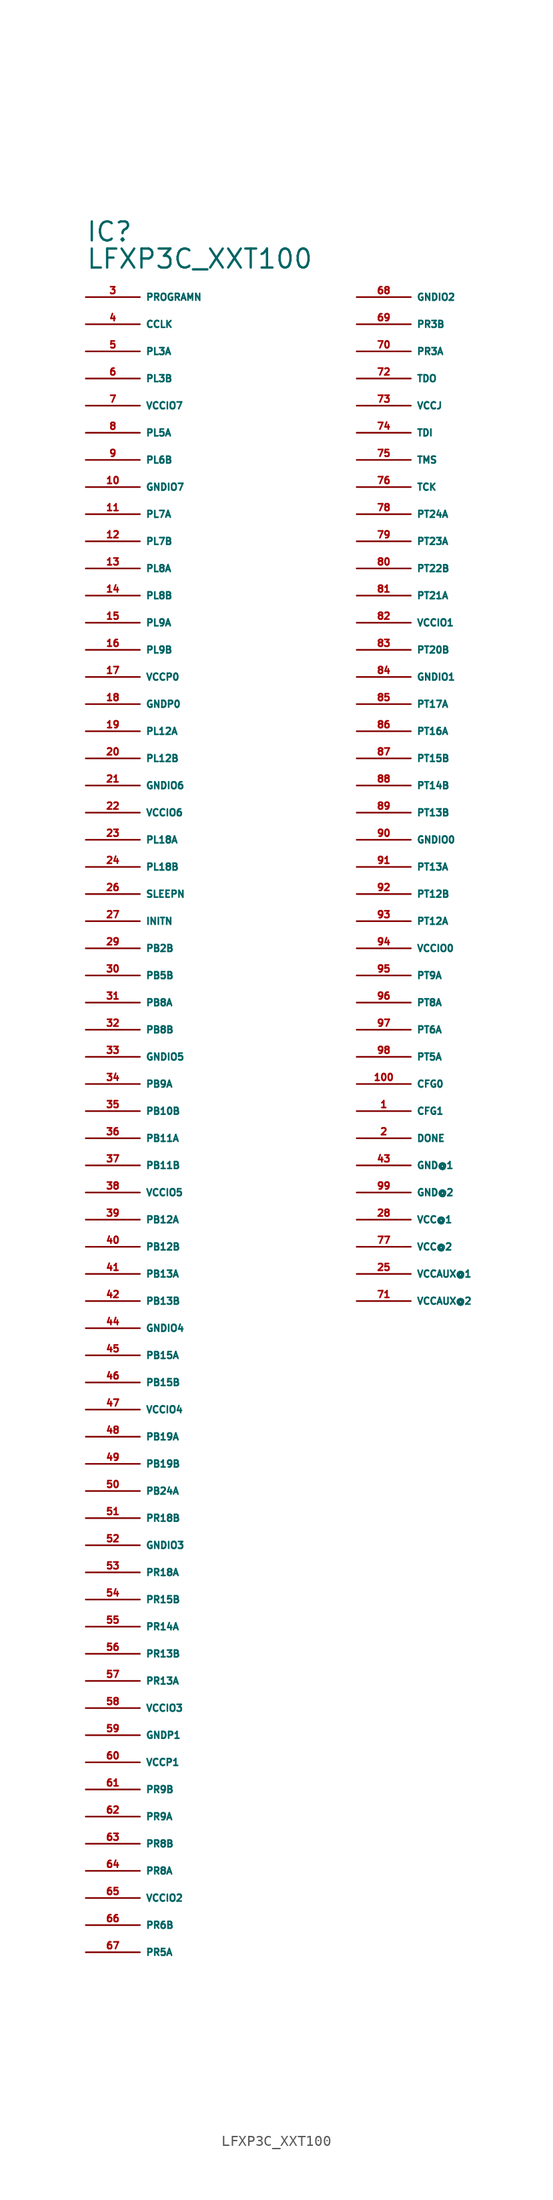
<source format=kicad_sym>
(kicad_symbol_lib
  (version 20220914)
  (generator Eagle2Kicad)
  (symbol "LFXP3C_XXT100"
    (property "Reference" "IC"
      (at -5.08 86.36 0)
      (effects (font (size 1.778 1.778) (thickness 0.22)) (justify left bottom)))
    (property "Value" "LFXP3C_XXT100"
      (at -5.08 83.82 0)
      (effects (font (size 1.778 1.778) (thickness 0.22)) (justify left bottom)))
    (pin input line
      (at -5.08 81.28 0)
      (length 5.08)
      (name "PROGRAMN" (effects (font (size 0.635 0.635) (thickness 0.08)) (justify left bottom)))
      (number "3" (effects (font (size 0.635 0.635) (thickness 0.08)) (justify left bottom))))
    (pin bidirectional line
      (at -5.08 78.74 0)
      (length 5.08)
      (name "CCLK" (effects (font (size 0.635 0.635) (thickness 0.08)) (justify left bottom)))
      (number "4" (effects (font (size 0.635 0.635) (thickness 0.08)) (justify left bottom))))
    (pin bidirectional line
      (at -5.08 76.2 0)
      (length 5.08)
      (name "PL3A" (effects (font (size 0.635 0.635) (thickness 0.08)) (justify left bottom)))
      (number "5" (effects (font (size 0.635 0.635) (thickness 0.08)) (justify left bottom))))
    (pin bidirectional line
      (at -5.08 73.66 0)
      (length 5.08)
      (name "PL3B" (effects (font (size 0.635 0.635) (thickness 0.08)) (justify left bottom)))
      (number "6" (effects (font (size 0.635 0.635) (thickness 0.08)) (justify left bottom))))
    (pin unspecified line
      (at -5.08 71.12 0)
      (length 5.08)
      (name "VCCIO7" (effects (font (size 0.635 0.635) (thickness 0.08)) (justify left bottom)))
      (number "7" (effects (font (size 0.635 0.635) (thickness 0.08)) (justify left bottom))))
    (pin bidirectional line
      (at -5.08 68.58 0)
      (length 5.08)
      (name "PL5A" (effects (font (size 0.635 0.635) (thickness 0.08)) (justify left bottom)))
      (number "8" (effects (font (size 0.635 0.635) (thickness 0.08)) (justify left bottom))))
    (pin bidirectional line
      (at -5.08 66.04 0)
      (length 5.08)
      (name "PL6B" (effects (font (size 0.635 0.635) (thickness 0.08)) (justify left bottom)))
      (number "9" (effects (font (size 0.635 0.635) (thickness 0.08)) (justify left bottom))))
    (pin unspecified line
      (at -5.08 63.5 0)
      (length 5.08)
      (name "GNDIO7" (effects (font (size 0.635 0.635) (thickness 0.08)) (justify left bottom)))
      (number "10" (effects (font (size 0.635 0.635) (thickness 0.08)) (justify left bottom))))
    (pin bidirectional line
      (at -5.08 60.96 0)
      (length 5.08)
      (name "PL7A" (effects (font (size 0.635 0.635) (thickness 0.08)) (justify left bottom)))
      (number "11" (effects (font (size 0.635 0.635) (thickness 0.08)) (justify left bottom))))
    (pin bidirectional line
      (at -5.08 58.42 0)
      (length 5.08)
      (name "PL7B" (effects (font (size 0.635 0.635) (thickness 0.08)) (justify left bottom)))
      (number "12" (effects (font (size 0.635 0.635) (thickness 0.08)) (justify left bottom))))
    (pin bidirectional line
      (at -5.08 55.88 0)
      (length 5.08)
      (name "PL8A" (effects (font (size 0.635 0.635) (thickness 0.08)) (justify left bottom)))
      (number "13" (effects (font (size 0.635 0.635) (thickness 0.08)) (justify left bottom))))
    (pin bidirectional line
      (at -5.08 53.34 0)
      (length 5.08)
      (name "PL8B" (effects (font (size 0.635 0.635) (thickness 0.08)) (justify left bottom)))
      (number "14" (effects (font (size 0.635 0.635) (thickness 0.08)) (justify left bottom))))
    (pin bidirectional line
      (at -5.08 50.8 0)
      (length 5.08)
      (name "PL9A" (effects (font (size 0.635 0.635) (thickness 0.08)) (justify left bottom)))
      (number "15" (effects (font (size 0.635 0.635) (thickness 0.08)) (justify left bottom))))
    (pin bidirectional line
      (at -5.08 48.26 0)
      (length 5.08)
      (name "PL9B" (effects (font (size 0.635 0.635) (thickness 0.08)) (justify left bottom)))
      (number "16" (effects (font (size 0.635 0.635) (thickness 0.08)) (justify left bottom))))
    (pin unspecified line
      (at -5.08 45.72 0)
      (length 5.08)
      (name "VCCP0" (effects (font (size 0.635 0.635) (thickness 0.08)) (justify left bottom)))
      (number "17" (effects (font (size 0.635 0.635) (thickness 0.08)) (justify left bottom))))
    (pin unspecified line
      (at -5.08 43.18 0)
      (length 5.08)
      (name "GNDP0" (effects (font (size 0.635 0.635) (thickness 0.08)) (justify left bottom)))
      (number "18" (effects (font (size 0.635 0.635) (thickness 0.08)) (justify left bottom))))
    (pin bidirectional line
      (at -5.08 40.64 0)
      (length 5.08)
      (name "PL12A" (effects (font (size 0.635 0.635) (thickness 0.08)) (justify left bottom)))
      (number "19" (effects (font (size 0.635 0.635) (thickness 0.08)) (justify left bottom))))
    (pin bidirectional line
      (at -5.08 38.1 0)
      (length 5.08)
      (name "PL12B" (effects (font (size 0.635 0.635) (thickness 0.08)) (justify left bottom)))
      (number "20" (effects (font (size 0.635 0.635) (thickness 0.08)) (justify left bottom))))
    (pin unspecified line
      (at -5.08 35.56 0)
      (length 5.08)
      (name "GNDIO6" (effects (font (size 0.635 0.635) (thickness 0.08)) (justify left bottom)))
      (number "21" (effects (font (size 0.635 0.635) (thickness 0.08)) (justify left bottom))))
    (pin unspecified line
      (at -5.08 33.02 0)
      (length 5.08)
      (name "VCCIO6" (effects (font (size 0.635 0.635) (thickness 0.08)) (justify left bottom)))
      (number "22" (effects (font (size 0.635 0.635) (thickness 0.08)) (justify left bottom))))
    (pin bidirectional line
      (at -5.08 30.48 0)
      (length 5.08)
      (name "PL18A" (effects (font (size 0.635 0.635) (thickness 0.08)) (justify left bottom)))
      (number "23" (effects (font (size 0.635 0.635) (thickness 0.08)) (justify left bottom))))
    (pin bidirectional line
      (at -5.08 27.94 0)
      (length 5.08)
      (name "PL18B" (effects (font (size 0.635 0.635) (thickness 0.08)) (justify left bottom)))
      (number "24" (effects (font (size 0.635 0.635) (thickness 0.08)) (justify left bottom))))
    (pin input line
      (at -5.08 25.4 0)
      (length 5.08)
      (name "SLEEPN" (effects (font (size 0.635 0.635) (thickness 0.08)) (justify left bottom)))
      (number "26" (effects (font (size 0.635 0.635) (thickness 0.08)) (justify left bottom))))
    (pin bidirectional line
      (at -5.08 22.86 0)
      (length 5.08)
      (name "INITN" (effects (font (size 0.635 0.635) (thickness 0.08)) (justify left bottom)))
      (number "27" (effects (font (size 0.635 0.635) (thickness 0.08)) (justify left bottom))))
    (pin bidirectional line
      (at -5.08 20.32 0)
      (length 5.08)
      (name "PB2B" (effects (font (size 0.635 0.635) (thickness 0.08)) (justify left bottom)))
      (number "29" (effects (font (size 0.635 0.635) (thickness 0.08)) (justify left bottom))))
    (pin bidirectional line
      (at -5.08 17.78 0)
      (length 5.08)
      (name "PB5B" (effects (font (size 0.635 0.635) (thickness 0.08)) (justify left bottom)))
      (number "30" (effects (font (size 0.635 0.635) (thickness 0.08)) (justify left bottom))))
    (pin bidirectional line
      (at -5.08 15.24 0)
      (length 5.08)
      (name "PB8A" (effects (font (size 0.635 0.635) (thickness 0.08)) (justify left bottom)))
      (number "31" (effects (font (size 0.635 0.635) (thickness 0.08)) (justify left bottom))))
    (pin bidirectional line
      (at -5.08 12.7 0)
      (length 5.08)
      (name "PB8B" (effects (font (size 0.635 0.635) (thickness 0.08)) (justify left bottom)))
      (number "32" (effects (font (size 0.635 0.635) (thickness 0.08)) (justify left bottom))))
    (pin unspecified line
      (at -5.08 10.16 0)
      (length 5.08)
      (name "GNDIO5" (effects (font (size 0.635 0.635) (thickness 0.08)) (justify left bottom)))
      (number "33" (effects (font (size 0.635 0.635) (thickness 0.08)) (justify left bottom))))
    (pin bidirectional line
      (at -5.08 7.62 0)
      (length 5.08)
      (name "PB9A" (effects (font (size 0.635 0.635) (thickness 0.08)) (justify left bottom)))
      (number "34" (effects (font (size 0.635 0.635) (thickness 0.08)) (justify left bottom))))
    (pin bidirectional line
      (at -5.08 5.08 0)
      (length 5.08)
      (name "PB10B" (effects (font (size 0.635 0.635) (thickness 0.08)) (justify left bottom)))
      (number "35" (effects (font (size 0.635 0.635) (thickness 0.08)) (justify left bottom))))
    (pin bidirectional line
      (at -5.08 2.54 0)
      (length 5.08)
      (name "PB11A" (effects (font (size 0.635 0.635) (thickness 0.08)) (justify left bottom)))
      (number "36" (effects (font (size 0.635 0.635) (thickness 0.08)) (justify left bottom))))
    (pin bidirectional line
      (at -5.08 0 0)
      (length 5.08)
      (name "PB11B" (effects (font (size 0.635 0.635) (thickness 0.08)) (justify left bottom)))
      (number "37" (effects (font (size 0.635 0.635) (thickness 0.08)) (justify left bottom))))
    (pin unspecified line
      (at -5.08 -2.54 0)
      (length 5.08)
      (name "VCCIO5" (effects (font (size 0.635 0.635) (thickness 0.08)) (justify left bottom)))
      (number "38" (effects (font (size 0.635 0.635) (thickness 0.08)) (justify left bottom))))
    (pin bidirectional line
      (at -5.08 -5.08 0)
      (length 5.08)
      (name "PB12A" (effects (font (size 0.635 0.635) (thickness 0.08)) (justify left bottom)))
      (number "39" (effects (font (size 0.635 0.635) (thickness 0.08)) (justify left bottom))))
    (pin bidirectional line
      (at -5.08 -7.62 0)
      (length 5.08)
      (name "PB12B" (effects (font (size 0.635 0.635) (thickness 0.08)) (justify left bottom)))
      (number "40" (effects (font (size 0.635 0.635) (thickness 0.08)) (justify left bottom))))
    (pin bidirectional line
      (at -5.08 -10.16 0)
      (length 5.08)
      (name "PB13A" (effects (font (size 0.635 0.635) (thickness 0.08)) (justify left bottom)))
      (number "41" (effects (font (size 0.635 0.635) (thickness 0.08)) (justify left bottom))))
    (pin bidirectional line
      (at -5.08 -12.7 0)
      (length 5.08)
      (name "PB13B" (effects (font (size 0.635 0.635) (thickness 0.08)) (justify left bottom)))
      (number "42" (effects (font (size 0.635 0.635) (thickness 0.08)) (justify left bottom))))
    (pin unspecified line
      (at -5.08 -15.24 0)
      (length 5.08)
      (name "GNDIO4" (effects (font (size 0.635 0.635) (thickness 0.08)) (justify left bottom)))
      (number "44" (effects (font (size 0.635 0.635) (thickness 0.08)) (justify left bottom))))
    (pin bidirectional line
      (at -5.08 -17.78 0)
      (length 5.08)
      (name "PB15A" (effects (font (size 0.635 0.635) (thickness 0.08)) (justify left bottom)))
      (number "45" (effects (font (size 0.635 0.635) (thickness 0.08)) (justify left bottom))))
    (pin bidirectional line
      (at -5.08 -20.32 0)
      (length 5.08)
      (name "PB15B" (effects (font (size 0.635 0.635) (thickness 0.08)) (justify left bottom)))
      (number "46" (effects (font (size 0.635 0.635) (thickness 0.08)) (justify left bottom))))
    (pin unspecified line
      (at -5.08 -22.86 0)
      (length 5.08)
      (name "VCCIO4" (effects (font (size 0.635 0.635) (thickness 0.08)) (justify left bottom)))
      (number "47" (effects (font (size 0.635 0.635) (thickness 0.08)) (justify left bottom))))
    (pin bidirectional line
      (at -5.08 -25.4 0)
      (length 5.08)
      (name "PB19A" (effects (font (size 0.635 0.635) (thickness 0.08)) (justify left bottom)))
      (number "48" (effects (font (size 0.635 0.635) (thickness 0.08)) (justify left bottom))))
    (pin bidirectional line
      (at -5.08 -27.94 0)
      (length 5.08)
      (name "PB19B" (effects (font (size 0.635 0.635) (thickness 0.08)) (justify left bottom)))
      (number "49" (effects (font (size 0.635 0.635) (thickness 0.08)) (justify left bottom))))
    (pin bidirectional line
      (at -5.08 -30.48 0)
      (length 5.08)
      (name "PB24A" (effects (font (size 0.635 0.635) (thickness 0.08)) (justify left bottom)))
      (number "50" (effects (font (size 0.635 0.635) (thickness 0.08)) (justify left bottom))))
    (pin bidirectional line
      (at -5.08 -33.02 0)
      (length 5.08)
      (name "PR18B" (effects (font (size 0.635 0.635) (thickness 0.08)) (justify left bottom)))
      (number "51" (effects (font (size 0.635 0.635) (thickness 0.08)) (justify left bottom))))
    (pin unspecified line
      (at -5.08 -35.56 0)
      (length 5.08)
      (name "GNDIO3" (effects (font (size 0.635 0.635) (thickness 0.08)) (justify left bottom)))
      (number "52" (effects (font (size 0.635 0.635) (thickness 0.08)) (justify left bottom))))
    (pin bidirectional line
      (at -5.08 -38.1 0)
      (length 5.08)
      (name "PR18A" (effects (font (size 0.635 0.635) (thickness 0.08)) (justify left bottom)))
      (number "53" (effects (font (size 0.635 0.635) (thickness 0.08)) (justify left bottom))))
    (pin bidirectional line
      (at -5.08 -40.64 0)
      (length 5.08)
      (name "PR15B" (effects (font (size 0.635 0.635) (thickness 0.08)) (justify left bottom)))
      (number "54" (effects (font (size 0.635 0.635) (thickness 0.08)) (justify left bottom))))
    (pin bidirectional line
      (at -5.08 -43.18 0)
      (length 5.08)
      (name "PR14A" (effects (font (size 0.635 0.635) (thickness 0.08)) (justify left bottom)))
      (number "55" (effects (font (size 0.635 0.635) (thickness 0.08)) (justify left bottom))))
    (pin bidirectional line
      (at -5.08 -45.72 0)
      (length 5.08)
      (name "PR13B" (effects (font (size 0.635 0.635) (thickness 0.08)) (justify left bottom)))
      (number "56" (effects (font (size 0.635 0.635) (thickness 0.08)) (justify left bottom))))
    (pin bidirectional line
      (at -5.08 -48.26 0)
      (length 5.08)
      (name "PR13A" (effects (font (size 0.635 0.635) (thickness 0.08)) (justify left bottom)))
      (number "57" (effects (font (size 0.635 0.635) (thickness 0.08)) (justify left bottom))))
    (pin unspecified line
      (at -5.08 -50.8 0)
      (length 5.08)
      (name "VCCIO3" (effects (font (size 0.635 0.635) (thickness 0.08)) (justify left bottom)))
      (number "58" (effects (font (size 0.635 0.635) (thickness 0.08)) (justify left bottom))))
    (pin unspecified line
      (at -5.08 -53.34 0)
      (length 5.08)
      (name "GNDP1" (effects (font (size 0.635 0.635) (thickness 0.08)) (justify left bottom)))
      (number "59" (effects (font (size 0.635 0.635) (thickness 0.08)) (justify left bottom))))
    (pin unspecified line
      (at -5.08 -55.88 0)
      (length 5.08)
      (name "VCCP1" (effects (font (size 0.635 0.635) (thickness 0.08)) (justify left bottom)))
      (number "60" (effects (font (size 0.635 0.635) (thickness 0.08)) (justify left bottom))))
    (pin bidirectional line
      (at -5.08 -58.42 0)
      (length 5.08)
      (name "PR9B" (effects (font (size 0.635 0.635) (thickness 0.08)) (justify left bottom)))
      (number "61" (effects (font (size 0.635 0.635) (thickness 0.08)) (justify left bottom))))
    (pin bidirectional line
      (at -5.08 -60.96 0)
      (length 5.08)
      (name "PR9A" (effects (font (size 0.635 0.635) (thickness 0.08)) (justify left bottom)))
      (number "62" (effects (font (size 0.635 0.635) (thickness 0.08)) (justify left bottom))))
    (pin bidirectional line
      (at -5.08 -63.5 0)
      (length 5.08)
      (name "PR8B" (effects (font (size 0.635 0.635) (thickness 0.08)) (justify left bottom)))
      (number "63" (effects (font (size 0.635 0.635) (thickness 0.08)) (justify left bottom))))
    (pin bidirectional line
      (at -5.08 -66.04 0)
      (length 5.08)
      (name "PR8A" (effects (font (size 0.635 0.635) (thickness 0.08)) (justify left bottom)))
      (number "64" (effects (font (size 0.635 0.635) (thickness 0.08)) (justify left bottom))))
    (pin unspecified line
      (at -5.08 -68.58 0)
      (length 5.08)
      (name "VCCIO2" (effects (font (size 0.635 0.635) (thickness 0.08)) (justify left bottom)))
      (number "65" (effects (font (size 0.635 0.635) (thickness 0.08)) (justify left bottom))))
    (pin bidirectional line
      (at -5.08 -71.12 0)
      (length 5.08)
      (name "PR6B" (effects (font (size 0.635 0.635) (thickness 0.08)) (justify left bottom)))
      (number "66" (effects (font (size 0.635 0.635) (thickness 0.08)) (justify left bottom))))
    (pin bidirectional line
      (at -5.08 -73.66 0)
      (length 5.08)
      (name "PR5A" (effects (font (size 0.635 0.635) (thickness 0.08)) (justify left bottom)))
      (number "67" (effects (font (size 0.635 0.635) (thickness 0.08)) (justify left bottom))))
    (pin unspecified line
      (at 20.32 81.28 0)
      (length 5.08)
      (name "GNDIO2" (effects (font (size 0.635 0.635) (thickness 0.08)) (justify left bottom)))
      (number "68" (effects (font (size 0.635 0.635) (thickness 0.08)) (justify left bottom))))
    (pin bidirectional line
      (at 20.32 78.74 0)
      (length 5.08)
      (name "PR3B" (effects (font (size 0.635 0.635) (thickness 0.08)) (justify left bottom)))
      (number "69" (effects (font (size 0.635 0.635) (thickness 0.08)) (justify left bottom))))
    (pin bidirectional line
      (at 20.32 76.2 0)
      (length 5.08)
      (name "PR3A" (effects (font (size 0.635 0.635) (thickness 0.08)) (justify left bottom)))
      (number "70" (effects (font (size 0.635 0.635) (thickness 0.08)) (justify left bottom))))
    (pin output line
      (at 20.32 73.66 0)
      (length 5.08)
      (name "TDO" (effects (font (size 0.635 0.635) (thickness 0.08)) (justify left bottom)))
      (number "72" (effects (font (size 0.635 0.635) (thickness 0.08)) (justify left bottom))))
    (pin unspecified line
      (at 20.32 71.12 0)
      (length 5.08)
      (name "VCCJ" (effects (font (size 0.635 0.635) (thickness 0.08)) (justify left bottom)))
      (number "73" (effects (font (size 0.635 0.635) (thickness 0.08)) (justify left bottom))))
    (pin input line
      (at 20.32 68.58 0)
      (length 5.08)
      (name "TDI" (effects (font (size 0.635 0.635) (thickness 0.08)) (justify left bottom)))
      (number "74" (effects (font (size 0.635 0.635) (thickness 0.08)) (justify left bottom))))
    (pin input line
      (at 20.32 66.04 0)
      (length 5.08)
      (name "TMS" (effects (font (size 0.635 0.635) (thickness 0.08)) (justify left bottom)))
      (number "75" (effects (font (size 0.635 0.635) (thickness 0.08)) (justify left bottom))))
    (pin input line
      (at 20.32 63.5 0)
      (length 5.08)
      (name "TCK" (effects (font (size 0.635 0.635) (thickness 0.08)) (justify left bottom)))
      (number "76" (effects (font (size 0.635 0.635) (thickness 0.08)) (justify left bottom))))
    (pin bidirectional line
      (at 20.32 60.96 0)
      (length 5.08)
      (name "PT24A" (effects (font (size 0.635 0.635) (thickness 0.08)) (justify left bottom)))
      (number "78" (effects (font (size 0.635 0.635) (thickness 0.08)) (justify left bottom))))
    (pin bidirectional line
      (at 20.32 58.42 0)
      (length 5.08)
      (name "PT23A" (effects (font (size 0.635 0.635) (thickness 0.08)) (justify left bottom)))
      (number "79" (effects (font (size 0.635 0.635) (thickness 0.08)) (justify left bottom))))
    (pin bidirectional line
      (at 20.32 55.88 0)
      (length 5.08)
      (name "PT22B" (effects (font (size 0.635 0.635) (thickness 0.08)) (justify left bottom)))
      (number "80" (effects (font (size 0.635 0.635) (thickness 0.08)) (justify left bottom))))
    (pin bidirectional line
      (at 20.32 53.34 0)
      (length 5.08)
      (name "PT21A" (effects (font (size 0.635 0.635) (thickness 0.08)) (justify left bottom)))
      (number "81" (effects (font (size 0.635 0.635) (thickness 0.08)) (justify left bottom))))
    (pin unspecified line
      (at 20.32 50.8 0)
      (length 5.08)
      (name "VCCIO1" (effects (font (size 0.635 0.635) (thickness 0.08)) (justify left bottom)))
      (number "82" (effects (font (size 0.635 0.635) (thickness 0.08)) (justify left bottom))))
    (pin bidirectional line
      (at 20.32 48.26 0)
      (length 5.08)
      (name "PT20B" (effects (font (size 0.635 0.635) (thickness 0.08)) (justify left bottom)))
      (number "83" (effects (font (size 0.635 0.635) (thickness 0.08)) (justify left bottom))))
    (pin unspecified line
      (at 20.32 45.72 0)
      (length 5.08)
      (name "GNDIO1" (effects (font (size 0.635 0.635) (thickness 0.08)) (justify left bottom)))
      (number "84" (effects (font (size 0.635 0.635) (thickness 0.08)) (justify left bottom))))
    (pin bidirectional line
      (at 20.32 43.18 0)
      (length 5.08)
      (name "PT17A" (effects (font (size 0.635 0.635) (thickness 0.08)) (justify left bottom)))
      (number "85" (effects (font (size 0.635 0.635) (thickness 0.08)) (justify left bottom))))
    (pin bidirectional line
      (at 20.32 40.64 0)
      (length 5.08)
      (name "PT16A" (effects (font (size 0.635 0.635) (thickness 0.08)) (justify left bottom)))
      (number "86" (effects (font (size 0.635 0.635) (thickness 0.08)) (justify left bottom))))
    (pin bidirectional line
      (at 20.32 38.1 0)
      (length 5.08)
      (name "PT15B" (effects (font (size 0.635 0.635) (thickness 0.08)) (justify left bottom)))
      (number "87" (effects (font (size 0.635 0.635) (thickness 0.08)) (justify left bottom))))
    (pin bidirectional line
      (at 20.32 35.56 0)
      (length 5.08)
      (name "PT14B" (effects (font (size 0.635 0.635) (thickness 0.08)) (justify left bottom)))
      (number "88" (effects (font (size 0.635 0.635) (thickness 0.08)) (justify left bottom))))
    (pin bidirectional line
      (at 20.32 33.02 0)
      (length 5.08)
      (name "PT13B" (effects (font (size 0.635 0.635) (thickness 0.08)) (justify left bottom)))
      (number "89" (effects (font (size 0.635 0.635) (thickness 0.08)) (justify left bottom))))
    (pin unspecified line
      (at 20.32 30.48 0)
      (length 5.08)
      (name "GNDIO0" (effects (font (size 0.635 0.635) (thickness 0.08)) (justify left bottom)))
      (number "90" (effects (font (size 0.635 0.635) (thickness 0.08)) (justify left bottom))))
    (pin bidirectional line
      (at 20.32 27.94 0)
      (length 5.08)
      (name "PT13A" (effects (font (size 0.635 0.635) (thickness 0.08)) (justify left bottom)))
      (number "91" (effects (font (size 0.635 0.635) (thickness 0.08)) (justify left bottom))))
    (pin bidirectional line
      (at 20.32 25.4 0)
      (length 5.08)
      (name "PT12B" (effects (font (size 0.635 0.635) (thickness 0.08)) (justify left bottom)))
      (number "92" (effects (font (size 0.635 0.635) (thickness 0.08)) (justify left bottom))))
    (pin bidirectional line
      (at 20.32 22.86 0)
      (length 5.08)
      (name "PT12A" (effects (font (size 0.635 0.635) (thickness 0.08)) (justify left bottom)))
      (number "93" (effects (font (size 0.635 0.635) (thickness 0.08)) (justify left bottom))))
    (pin unspecified line
      (at 20.32 20.32 0)
      (length 5.08)
      (name "VCCIO0" (effects (font (size 0.635 0.635) (thickness 0.08)) (justify left bottom)))
      (number "94" (effects (font (size 0.635 0.635) (thickness 0.08)) (justify left bottom))))
    (pin bidirectional line
      (at 20.32 17.78 0)
      (length 5.08)
      (name "PT9A" (effects (font (size 0.635 0.635) (thickness 0.08)) (justify left bottom)))
      (number "95" (effects (font (size 0.635 0.635) (thickness 0.08)) (justify left bottom))))
    (pin bidirectional line
      (at 20.32 15.24 0)
      (length 5.08)
      (name "PT8A" (effects (font (size 0.635 0.635) (thickness 0.08)) (justify left bottom)))
      (number "96" (effects (font (size 0.635 0.635) (thickness 0.08)) (justify left bottom))))
    (pin bidirectional line
      (at 20.32 12.7 0)
      (length 5.08)
      (name "PT6A" (effects (font (size 0.635 0.635) (thickness 0.08)) (justify left bottom)))
      (number "97" (effects (font (size 0.635 0.635) (thickness 0.08)) (justify left bottom))))
    (pin bidirectional line
      (at 20.32 10.16 0)
      (length 5.08)
      (name "PT5A" (effects (font (size 0.635 0.635) (thickness 0.08)) (justify left bottom)))
      (number "98" (effects (font (size 0.635 0.635) (thickness 0.08)) (justify left bottom))))
    (pin input line
      (at 20.32 7.62 0)
      (length 5.08)
      (name "CFG0" (effects (font (size 0.635 0.635) (thickness 0.08)) (justify left bottom)))
      (number "100" (effects (font (size 0.635 0.635) (thickness 0.08)) (justify left bottom))))
    (pin input line
      (at 20.32 5.08 0)
      (length 5.08)
      (name "CFG1" (effects (font (size 0.635 0.635) (thickness 0.08)) (justify left bottom)))
      (number "1" (effects (font (size 0.635 0.635) (thickness 0.08)) (justify left bottom))))
    (pin bidirectional line
      (at 20.32 2.54 0)
      (length 5.08)
      (name "DONE" (effects (font (size 0.635 0.635) (thickness 0.08)) (justify left bottom)))
      (number "2" (effects (font (size 0.635 0.635) (thickness 0.08)) (justify left bottom))))
    (pin unspecified line
      (at 20.32 0 0)
      (length 5.08)
      (name "GND@1" (effects (font (size 0.635 0.635) (thickness 0.08)) (justify left bottom)))
      (number "43" (effects (font (size 0.635 0.635) (thickness 0.08)) (justify left bottom))))
    (pin unspecified line
      (at 20.32 -2.54 0)
      (length 5.08)
      (name "GND@2" (effects (font (size 0.635 0.635) (thickness 0.08)) (justify left bottom)))
      (number "99" (effects (font (size 0.635 0.635) (thickness 0.08)) (justify left bottom))))
    (pin unspecified line
      (at 20.32 -5.08 0)
      (length 5.08)
      (name "VCC@1" (effects (font (size 0.635 0.635) (thickness 0.08)) (justify left bottom)))
      (number "28" (effects (font (size 0.635 0.635) (thickness 0.08)) (justify left bottom))))
    (pin unspecified line
      (at 20.32 -7.62 0)
      (length 5.08)
      (name "VCC@2" (effects (font (size 0.635 0.635) (thickness 0.08)) (justify left bottom)))
      (number "77" (effects (font (size 0.635 0.635) (thickness 0.08)) (justify left bottom))))
    (pin unspecified line
      (at 20.32 -10.16 0)
      (length 5.08)
      (name "VCCAUX@1" (effects (font (size 0.635 0.635) (thickness 0.08)) (justify left bottom)))
      (number "25" (effects (font (size 0.635 0.635) (thickness 0.08)) (justify left bottom))))
    (pin unspecified line
      (at 20.32 -12.7 0)
      (length 5.08)
      (name "VCCAUX@2" (effects (font (size 0.635 0.635) (thickness 0.08)) (justify left bottom)))
      (number "71" (effects (font (size 0.635 0.635) (thickness 0.08)) (justify left bottom))))))
</source>
